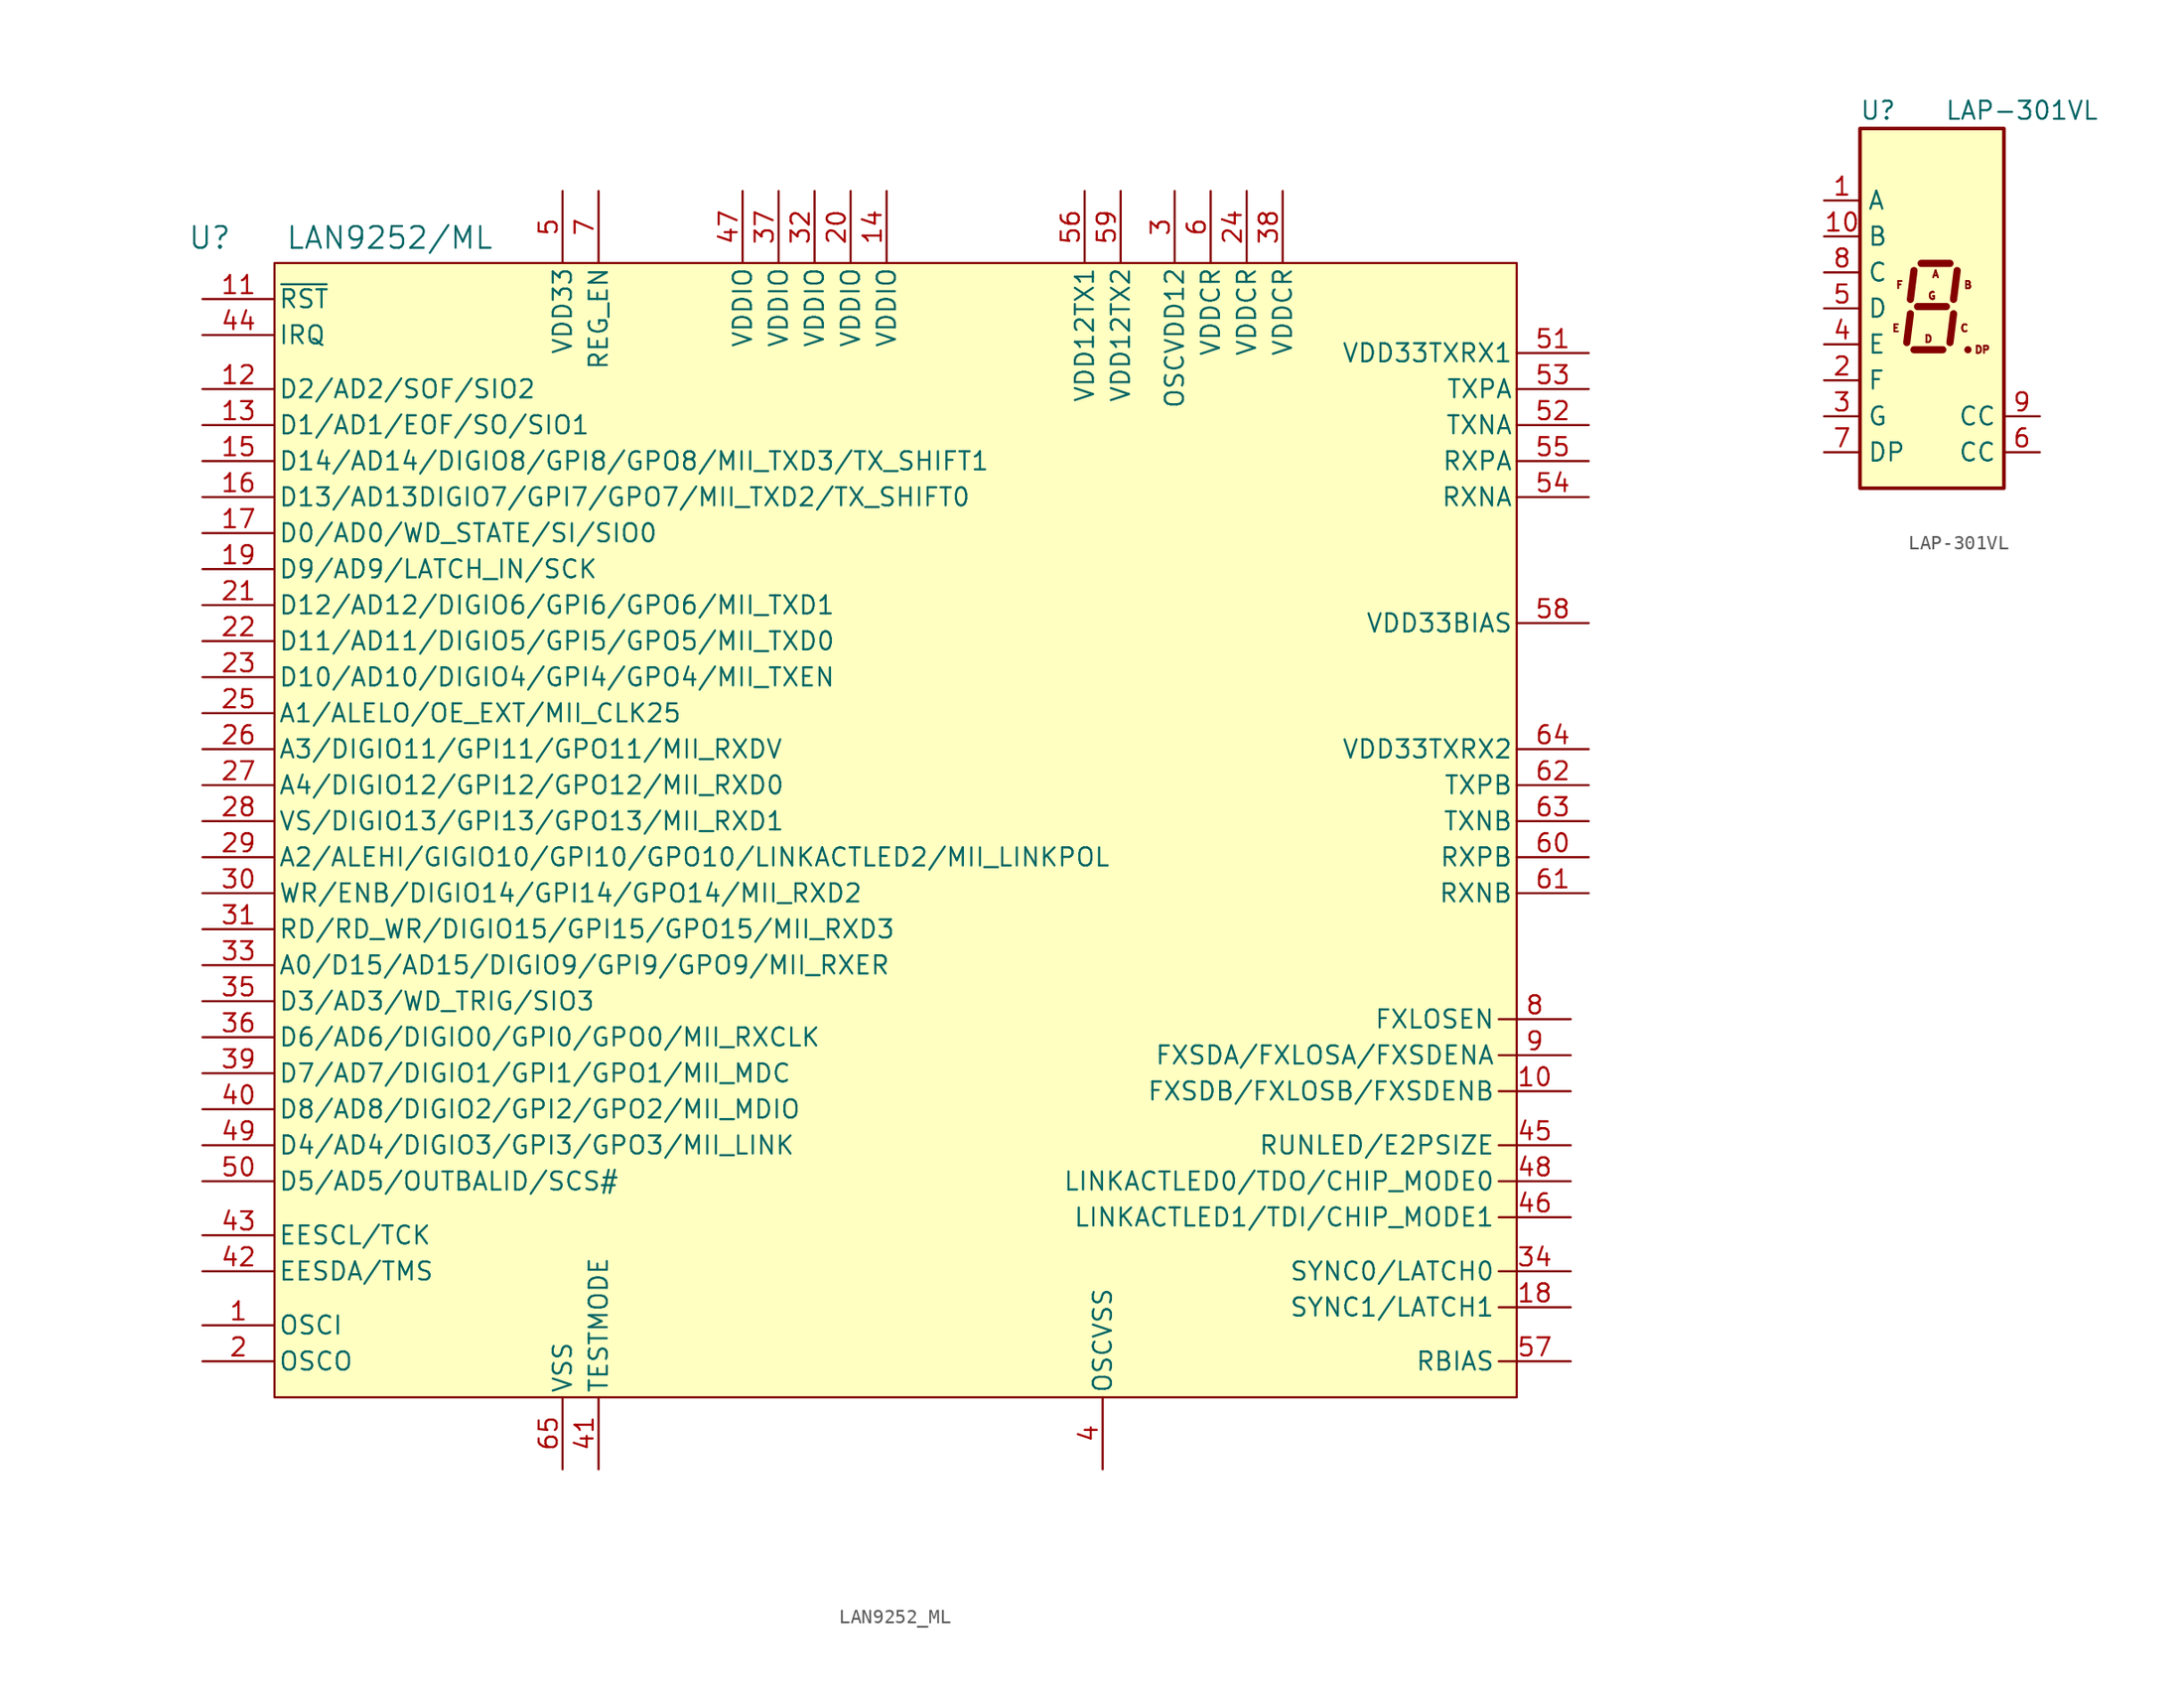
<source format=kicad_sym>
(kicad_symbol_lib
  (version 20231120)
  (generator "kicad_symbol_editor")
  (generator_version "8.0")
  (symbol "LAN9252_ML"
    (pin_names
      (offset 0.254))
    (property "Reference" "U"
      (at 0.508 4.318 0)
      (effects (font (size 1.524 1.524))))
    (property "Value" "LAN9252/ML"
      (at 13.208 4.318 0)
      (effects (font (size 1.524 1.524))))
    (symbol "LAN9252_ML_0_1"
      (pin input line (at 0 -72.39 0) (length 5.08) (name "OSCI" (effects (font (size 1.27 1.27)))) (number "1" (effects (font (size 1.27 1.27)))))
      (pin bidirectional line (at 96.52 -55.88 180) (length 5.08) (name "FXSDB/FXLOSB/FXSDENB" (effects (font (size 1.27 1.27)))) (number "10" (effects (font (size 1.27 1.27)))))
      (pin bidirectional line (at 0 -6.35 0) (length 5.08) (name "D2/AD2/SOF/SIO2" (effects (font (size 1.27 1.27)))) (number "12" (effects (font (size 1.27 1.27)))))
      (pin bidirectional line (at 0 -8.89 0) (length 5.08) (name "D1/AD1/EOF/SO/SIO1" (effects (font (size 1.27 1.27)))) (number "13" (effects (font (size 1.27 1.27)))))
      (pin power_in line (at 48.26 7.62 270) (length 5.08) (name "VDDIO" (effects (font (size 1.27 1.27)))) (number "14" (effects (font (size 1.27 1.27)))))
      (pin bidirectional line (at 0 -11.43 0) (length 5.08) (name "D14/AD14/DIGIO8/GPI8/GPO8/MII_TXD3/TX_SHIFT1" (effects (font (size 1.27 1.27)))) (number "15" (effects (font (size 1.27 1.27)))))
      (pin bidirectional line (at 0 -13.97 0) (length 5.08) (name "D13/AD13DIGIO7/GPI7/GPO7/MII_TXD2/TX_SHIFT0" (effects (font (size 1.27 1.27)))) (number "16" (effects (font (size 1.27 1.27)))))
      (pin bidirectional line (at 0 -16.51 0) (length 5.08) (name "D0/AD0/WD_STATE/SI/SIO0" (effects (font (size 1.27 1.27)))) (number "17" (effects (font (size 1.27 1.27)))))
      (pin bidirectional line (at 96.52 -71.12 180) (length 5.08) (name "SYNC1/LATCH1" (effects (font (size 1.27 1.27)))) (number "18" (effects (font (size 1.27 1.27)))))
      (pin output line (at 0 -74.93 0) (length 5.08) (name "OSCO" (effects (font (size 1.27 1.27)))) (number "2" (effects (font (size 1.27 1.27)))))
      (pin power_in line (at 45.72 7.62 270) (length 5.08) (name "VDDIO" (effects (font (size 1.27 1.27)))) (number "20" (effects (font (size 1.27 1.27)))))
      (pin bidirectional line (at 0 -21.59 0) (length 5.08) (name "D12/AD12/DIGIO6/GPI6/GPO6/MII_TXD1" (effects (font (size 1.27 1.27)))) (number "21" (effects (font (size 1.27 1.27)))))
      (pin bidirectional line (at 0 -24.13 0) (length 5.08) (name "D11/AD11/DIGIO5/GPI5/GPO5/MII_TXD0" (effects (font (size 1.27 1.27)))) (number "22" (effects (font (size 1.27 1.27)))))
      (pin bidirectional line (at 0 -26.67 0) (length 5.08) (name "D10/AD10/DIGIO4/GPI4/GPO4/MII_TXEN" (effects (font (size 1.27 1.27)))) (number "23" (effects (font (size 1.27 1.27)))))
      (pin power_in line (at 73.66 7.62 270) (length 5.08) (name "VDDCR" (effects (font (size 1.27 1.27)))) (number "24" (effects (font (size 1.27 1.27)))))
      (pin bidirectional line (at 0 -29.21 0) (length 5.08) (name "A1/ALELO/OE_EXT/MII_CLK25" (effects (font (size 1.27 1.27)))) (number "25" (effects (font (size 1.27 1.27)))))
      (pin bidirectional line (at 0 -31.75 0) (length 5.08) (name "A3/DIGIO11/GPI11/GPO11/MII_RXDV" (effects (font (size 1.27 1.27)))) (number "26" (effects (font (size 1.27 1.27)))))
      (pin bidirectional line (at 0 -34.29 0) (length 5.08) (name "A4/DIGIO12/GPI12/GPO12/MII_RXD0" (effects (font (size 1.27 1.27)))) (number "27" (effects (font (size 1.27 1.27)))))
      (pin bidirectional line (at 0 -36.83 0) (length 5.08) (name "VS/DIGIO13/GPI13/GPO13/MII_RXD1" (effects (font (size 1.27 1.27)))) (number "28" (effects (font (size 1.27 1.27)))))
      (pin bidirectional line (at 0 -39.37 0) (length 5.08) (name "A2/ALEHI/GIGIO10/GPI10/GPO10/LINKACTLED2/MII_LINKPOL" (effects (font (size 1.27 1.27)))) (number "29" (effects (font (size 1.27 1.27)))))
      (pin power_in line (at 68.58 7.62 270) (length 5.08) (name "OSCVDD12" (effects (font (size 1.27 1.27)))) (number "3" (effects (font (size 1.27 1.27)))))
      (pin bidirectional line (at 0 -41.91 0) (length 5.08) (name "WR/ENB/DIGIO14/GPI14/GPO14/MII_RXD2" (effects (font (size 1.27 1.27)))) (number "30" (effects (font (size 1.27 1.27)))))
      (pin bidirectional line (at 0 -44.45 0) (length 5.08) (name "RD/RD_WR/DIGIO15/GPI15/GPO15/MII_RXD3" (effects (font (size 1.27 1.27)))) (number "31" (effects (font (size 1.27 1.27)))))
      (pin power_in line (at 43.18 7.62 270) (length 5.08) (name "VDDIO" (effects (font (size 1.27 1.27)))) (number "32" (effects (font (size 1.27 1.27)))))
      (pin bidirectional line (at 0 -46.99 0) (length 5.08) (name "A0/D15/AD15/DIGIO9/GPI9/GPO9/MII_RXER" (effects (font (size 1.27 1.27)))) (number "33" (effects (font (size 1.27 1.27)))))
      (pin bidirectional line (at 96.52 -68.58 180) (length 5.08) (name "SYNC0/LATCH0" (effects (font (size 1.27 1.27)))) (number "34" (effects (font (size 1.27 1.27)))))
      (pin bidirectional line (at 0 -49.53 0) (length 5.08) (name "D3/AD3/WD_TRIG/SIO3" (effects (font (size 1.27 1.27)))) (number "35" (effects (font (size 1.27 1.27)))))
      (pin bidirectional line (at 0 -52.07 0) (length 5.08) (name "D6/AD6/DIGIO0/GPI0/GPO0/MII_RXCLK" (effects (font (size 1.27 1.27)))) (number "36" (effects (font (size 1.27 1.27)))))
      (pin power_in line (at 40.64 7.62 270) (length 5.08) (name "VDDIO" (effects (font (size 1.27 1.27)))) (number "37" (effects (font (size 1.27 1.27)))))
      (pin power_in line (at 76.2 7.62 270) (length 5.08) (name "VDDCR" (effects (font (size 1.27 1.27)))) (number "38" (effects (font (size 1.27 1.27)))))
      (pin bidirectional line (at 0 -54.61 0) (length 5.08) (name "D7/AD7/DIGIO1/GPI1/GPO1/MII_MDC" (effects (font (size 1.27 1.27)))) (number "39" (effects (font (size 1.27 1.27)))))
      (pin power_out line (at 63.5 -82.55 90) (length 5.08) (name "OSCVSS" (effects (font (size 1.27 1.27)))) (number "4" (effects (font (size 1.27 1.27)))))
      (pin bidirectional line (at 0 -57.15 0) (length 5.08) (name "D8/AD8/DIGIO2/GPI2/GPO2/MII_MDIO" (effects (font (size 1.27 1.27)))) (number "40" (effects (font (size 1.27 1.27)))))
      (pin unspecified line (at 27.94 -82.55 90) (length 5.08) (name "TESTMODE" (effects (font (size 1.27 1.27)))) (number "41" (effects (font (size 1.27 1.27)))))
      (pin bidirectional line (at 0 -68.58 0) (length 5.08) (name "EESDA/TMS" (effects (font (size 1.27 1.27)))) (number "42" (effects (font (size 1.27 1.27)))))
      (pin bidirectional line (at 0 -66.04 0) (length 5.08) (name "EESCL/TCK" (effects (font (size 1.27 1.27)))) (number "43" (effects (font (size 1.27 1.27)))))
      (pin output line (at 0 -2.54 0) (length 5.08) (name "IRQ" (effects (font (size 1.27 1.27)))) (number "44" (effects (font (size 1.27 1.27)))))
      (pin bidirectional line (at 96.52 -59.69 180) (length 5.08) (name "RUNLED/E2PSIZE" (effects (font (size 1.27 1.27)))) (number "45" (effects (font (size 1.27 1.27)))))
      (pin bidirectional line (at 96.52 -64.77 180) (length 5.08) (name "LINKACTLED1/TDI/CHIP_MODE1" (effects (font (size 1.27 1.27)))) (number "46" (effects (font (size 1.27 1.27)))))
      (pin power_in line (at 38.1 7.62 270) (length 5.08) (name "VDDIO" (effects (font (size 1.27 1.27)))) (number "47" (effects (font (size 1.27 1.27)))))
      (pin bidirectional line (at 96.52 -62.23 180) (length 5.08) (name "LINKACTLED0/TDO/CHIP_MODE0" (effects (font (size 1.27 1.27)))) (number "48" (effects (font (size 1.27 1.27)))))
      (pin bidirectional line (at 0 -59.69 0) (length 5.08) (name "D4/AD4/DIGIO3/GPI3/GPO3/MII_LINK" (effects (font (size 1.27 1.27)))) (number "49" (effects (font (size 1.27 1.27)))))
      (pin power_in line (at 25.4 7.62 270) (length 5.08) (name "VDD33" (effects (font (size 1.27 1.27)))) (number "5" (effects (font (size 1.27 1.27)))))
      (pin bidirectional line (at 0 -62.23 0) (length 5.08) (name "D5/AD5/OUTBALID/SCS#" (effects (font (size 1.27 1.27)))) (number "50" (effects (font (size 1.27 1.27)))))
      (pin power_in line (at 97.79 -3.81 180) (length 5.08) (name "VDD33TXRX1" (effects (font (size 1.27 1.27)))) (number "51" (effects (font (size 1.27 1.27)))))
      (pin unspecified line (at 97.79 -8.89 180) (length 5.08) (name "TXNA" (effects (font (size 1.27 1.27)))) (number "52" (effects (font (size 1.27 1.27)))))
      (pin unspecified line (at 97.79 -6.35 180) (length 5.08) (name "TXPA" (effects (font (size 1.27 1.27)))) (number "53" (effects (font (size 1.27 1.27)))))
      (pin unspecified line (at 97.79 -13.97 180) (length 5.08) (name "RXNA" (effects (font (size 1.27 1.27)))) (number "54" (effects (font (size 1.27 1.27)))))
      (pin unspecified line (at 97.79 -11.43 180) (length 5.08) (name "RXPA" (effects (font (size 1.27 1.27)))) (number "55" (effects (font (size 1.27 1.27)))))
      (pin power_in line (at 62.23 7.62 270) (length 5.08) (name "VDD12TX1" (effects (font (size 1.27 1.27)))) (number "56" (effects (font (size 1.27 1.27)))))
      (pin unspecified line (at 96.52 -74.93 180) (length 5.08) (name "RBIAS" (effects (font (size 1.27 1.27)))) (number "57" (effects (font (size 1.27 1.27)))))
      (pin power_in line (at 97.79 -22.86 180) (length 5.08) (name "VDD33BIAS" (effects (font (size 1.27 1.27)))) (number "58" (effects (font (size 1.27 1.27)))))
      (pin power_in line (at 64.77 7.62 270) (length 5.08) (name "VDD12TX2" (effects (font (size 1.27 1.27)))) (number "59" (effects (font (size 1.27 1.27)))))
      (pin power_in line (at 71.12 7.62 270) (length 5.08) (name "VDDCR" (effects (font (size 1.27 1.27)))) (number "6" (effects (font (size 1.27 1.27)))))
      (pin unspecified line (at 97.79 -39.37 180) (length 5.08) (name "RXPB" (effects (font (size 1.27 1.27)))) (number "60" (effects (font (size 1.27 1.27)))))
      (pin unspecified line (at 97.79 -41.91 180) (length 5.08) (name "RXNB" (effects (font (size 1.27 1.27)))) (number "61" (effects (font (size 1.27 1.27)))))
      (pin unspecified line (at 97.79 -34.29 180) (length 5.08) (name "TXPB" (effects (font (size 1.27 1.27)))) (number "62" (effects (font (size 1.27 1.27)))))
      (pin unspecified line (at 97.79 -36.83 180) (length 5.08) (name "TXNB" (effects (font (size 1.27 1.27)))) (number "63" (effects (font (size 1.27 1.27)))))
      (pin power_in line (at 97.79 -31.75 180) (length 5.08) (name "VDD33TXRX2" (effects (font (size 1.27 1.27)))) (number "64" (effects (font (size 1.27 1.27)))))
      (pin power_out line (at 25.4 -82.55 90) (length 5.08) (name "VSS" (effects (font (size 1.27 1.27)))) (number "65" (effects (font (size 1.27 1.27)))))
      (pin unspecified line (at 27.94 7.62 270) (length 5.08) (name "REG_EN" (effects (font (size 1.27 1.27)))) (number "7" (effects (font (size 1.27 1.27)))))
      (pin bidirectional line (at 96.52 -50.8 180) (length 5.08) (name "FXLOSEN" (effects (font (size 1.27 1.27)))) (number "8" (effects (font (size 1.27 1.27)))))
      (pin bidirectional line (at 96.52 -53.34 180) (length 5.08) (name "FXSDA/FXLOSA/FXSDENA" (effects (font (size 1.27 1.27)))) (number "9" (effects (font (size 1.27 1.27))))))
    (symbol "LAN9252_ML_1_1"
      (rectangle (start 5.08 2.54) (end 92.71 -77.47) (stroke (width 0) (type default)) (fill (type background)))
      (pin bidirectional line (at 0 0 0) (length 5.08) (name "~{RST}" (effects (font (size 1.27 1.27)))) (number "11" (effects (font (size 1.27 1.27)))))
      (pin bidirectional line (at 0 -19.05 0) (length 5.08) (name "D9/AD9/LATCH_IN/SCK" (effects (font (size 1.27 1.27)))) (number "19" (effects (font (size 1.27 1.27)))))))
  (symbol "LAP-301VL"
    (property "Reference" "U"
      (at -3.81 13.97 0)
      (effects (font (size 1.27 1.27))))
    (property "Value" "LAP-301VL"
      (at 6.35 13.97 0)
      (effects (font (size 1.27 1.27))))
    (symbol "LAP-301VL_1_0"
      (text "A" (at 0.254 2.413 0) (effects (font (size 0.508 0.508))))
      (text "B" (at 2.54 1.651 0) (effects (font (size 0.508 0.508))))
      (text "C" (at 2.286 -1.397 0) (effects (font (size 0.508 0.508))))
      (text "D" (at -0.254 -2.159 0) (effects (font (size 0.508 0.508))))
      (text "DP" (at 3.556 -2.921 0) (effects (font (size 0.508 0.508))))
      (text "E" (at -2.54 -1.397 0) (effects (font (size 0.508 0.508))))
      (text "F" (at -2.286 1.651 0) (effects (font (size 0.508 0.508))))
      (text "G" (at 0 0.889 0) (effects (font (size 0.508 0.508)))))
    (symbol "LAP-301VL_1_1"
      (rectangle (start -5.08 12.7) (end 5.08 -12.7) (stroke (width 0.254) (type default)) (fill (type background)))
      (polyline (pts (xy -1.524 -0.381) (xy -1.778 -2.413)) (stroke (width 0.508) (type default)) (fill (type none)))
      (polyline (pts (xy -1.27 -2.921) (xy 0.762 -2.921)) (stroke (width 0.508) (type default)) (fill (type none)))
      (polyline (pts (xy -1.27 2.667) (xy -1.524 0.635)) (stroke (width 0.508) (type default)) (fill (type none)))
      (polyline (pts (xy -1.016 0.127) (xy 1.016 0.127)) (stroke (width 0.508) (type default)) (fill (type none)))
      (polyline (pts (xy -0.762 3.175) (xy 1.27 3.175)) (stroke (width 0.508) (type default)) (fill (type none)))
      (polyline (pts (xy 1.524 -0.381) (xy 1.27 -2.413)) (stroke (width 0.508) (type default)) (fill (type none)))
      (polyline (pts (xy 1.778 2.667) (xy 1.524 0.635)) (stroke (width 0.508) (type default)) (fill (type none)))
      (polyline (pts (xy 2.54 -2.921) (xy 2.54 -2.921)) (stroke (width 0.508) (type default)) (fill (type none)))
      (pin input line (at -7.62 7.62 0) (length 2.54) (name "A" (effects (font (size 1.27 1.27)))) (number "1" (effects (font (size 1.27 1.27)))))
      (pin input line (at -7.62 5.08 0) (length 2.54) (name "B" (effects (font (size 1.27 1.27)))) (number "10" (effects (font (size 1.27 1.27)))))
      (pin input line (at -7.62 -5.08 0) (length 2.54) (name "F" (effects (font (size 1.27 1.27)))) (number "2" (effects (font (size 1.27 1.27)))))
      (pin input line (at -7.62 -7.62 0) (length 2.54) (name "G" (effects (font (size 1.27 1.27)))) (number "3" (effects (font (size 1.27 1.27)))))
      (pin input line (at -7.62 -2.54 0) (length 2.54) (name "E" (effects (font (size 1.27 1.27)))) (number "4" (effects (font (size 1.27 1.27)))))
      (pin input line (at -7.62 0 0) (length 2.54) (name "D" (effects (font (size 1.27 1.27)))) (number "5" (effects (font (size 1.27 1.27)))))
      (pin input line (at 7.62 -10.16 180) (length 2.54) (name "CC" (effects (font (size 1.27 1.27)))) (number "6" (effects (font (size 1.27 1.27)))))
      (pin input line (at -7.62 -10.16 0) (length 2.54) (name "DP" (effects (font (size 1.27 1.27)))) (number "7" (effects (font (size 1.27 1.27)))))
      (pin input line (at -7.62 2.54 0) (length 2.54) (name "C" (effects (font (size 1.27 1.27)))) (number "8" (effects (font (size 1.27 1.27)))))
      (pin input line (at 7.62 -7.62 180) (length 2.54) (name "CC" (effects (font (size 1.27 1.27)))) (number "9" (effects (font (size 1.27 1.27))))))))
</source>
